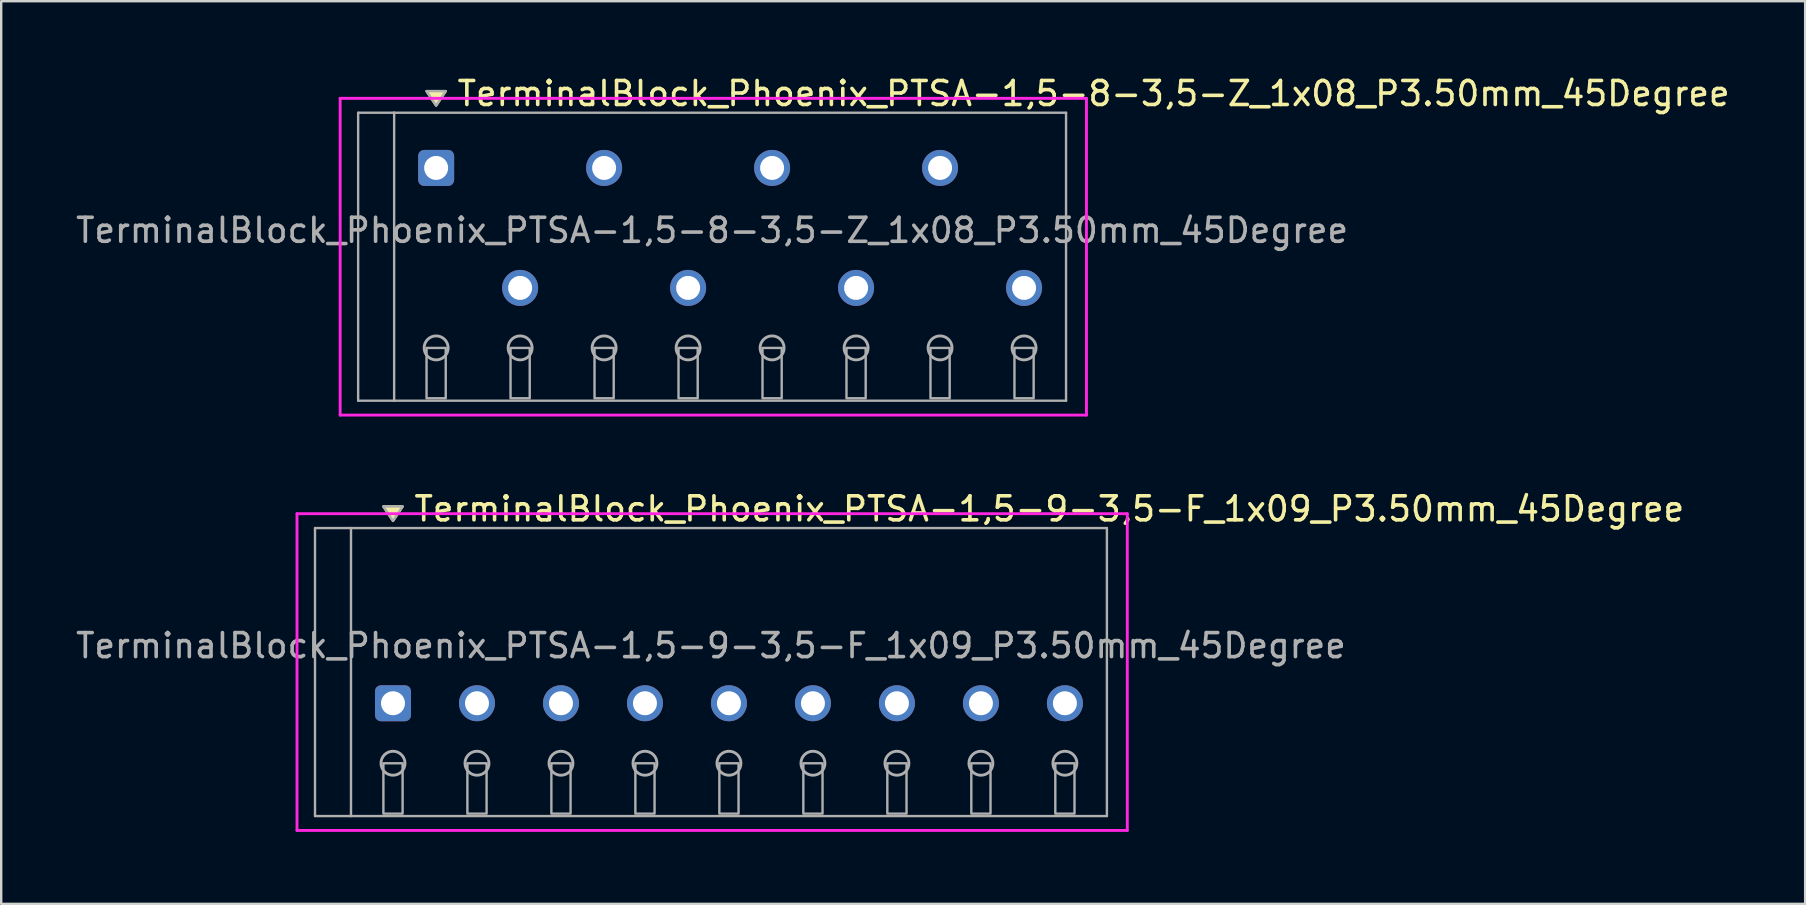
<source format=kicad_pcb>
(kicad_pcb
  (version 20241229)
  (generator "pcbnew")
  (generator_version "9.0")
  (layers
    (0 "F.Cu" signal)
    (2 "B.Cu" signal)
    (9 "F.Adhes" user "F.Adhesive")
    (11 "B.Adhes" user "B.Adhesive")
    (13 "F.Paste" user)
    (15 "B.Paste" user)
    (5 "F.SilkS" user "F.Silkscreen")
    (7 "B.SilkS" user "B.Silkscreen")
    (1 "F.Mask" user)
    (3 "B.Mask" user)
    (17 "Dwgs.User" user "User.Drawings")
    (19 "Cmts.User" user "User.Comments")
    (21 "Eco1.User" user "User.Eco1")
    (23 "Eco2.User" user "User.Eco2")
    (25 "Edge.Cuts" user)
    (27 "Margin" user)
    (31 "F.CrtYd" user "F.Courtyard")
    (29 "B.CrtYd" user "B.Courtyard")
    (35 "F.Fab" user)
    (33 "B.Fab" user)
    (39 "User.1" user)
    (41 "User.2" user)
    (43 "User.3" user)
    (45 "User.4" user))
  (footprint "TerminalBlock_Phoenix_PTSA-1,5-8-3,5-Z_1x08_P3.50mm_45Degree"
    (layer "F.Cu")
    (at 15.125 8.948)
    (property "Reference" "TerminalBlock_Phoenix_PTSA-1,5-8-3,5-Z_1x08_P3.50mm_45Degree" (at 0.8 -8.1 0) (layer "F.SilkS") (effects (font (size 1 1) (thickness 0.15)) (justify left)))
    (attr through_hole)
    (fp_poly (pts (xy 0 -7.6) (xy -0.4 -8.2) (xy 0.4 -8.2)) (stroke (width 0.1) (type solid)) (fill yes) (layer "F.SilkS"))
    (fp_line (start -4 -7.9) (end 27.1 -7.9) (stroke (width 0.12) (type solid)) (layer "F.CrtYd"))
    (fp_line (start -4 5.3) (end -4 -7.9) (stroke (width 0.12) (type solid)) (layer "F.CrtYd"))
    (fp_line (start 27.1 -7.9) (end 27.1 5.3) (stroke (width 0.12) (type solid)) (layer "F.CrtYd"))
    (fp_line (start 27.1 5.3) (end -4 5.3) (stroke (width 0.12) (type solid)) (layer "F.CrtYd"))
    (fp_line (start -3.25 -7.3) (end -1.75 -7.3) (stroke (width 0.1) (type solid)) (layer "F.Fab"))
    (fp_line (start -3.25 4.7) (end -3.25 -7.3) (stroke (width 0.1) (type solid)) (layer "F.Fab"))
    (fp_line (start -1.75 -7.3) (end -1.75 4.7) (stroke (width 0.1) (type solid)) (layer "F.Fab"))
    (fp_line (start -1.75 4.7) (end -3.25 4.7) (stroke (width 0.1) (type solid)) (layer "F.Fab"))
    (fp_line (start -1.75 4.7) (end 26.25 4.7) (stroke (width 0.1) (type solid)) (layer "F.Fab"))
    (fp_line (start 26.25 -7.3) (end -1.75 -7.3) (stroke (width 0.1) (type solid)) (layer "F.Fab"))
    (fp_line (start 26.25 4.7) (end 26.25 -7.3) (stroke (width 0.1) (type solid)) (layer "F.Fab"))
    (fp_circle (center 0 2.5) (end -0.5 2.5) (stroke (width 0.12) (type solid)) (fill no) (layer "F.Fab"))
    (fp_circle (center 3.5 2.5) (end 3 2.5) (stroke (width 0.12) (type solid)) (fill no) (layer "F.Fab"))
    (fp_circle (center 7 2.5) (end 6.5 2.5) (stroke (width 0.12) (type solid)) (fill no) (layer "F.Fab"))
    (fp_circle (center 10.5 2.5) (end 10 2.5) (stroke (width 0.12) (type solid)) (fill no) (layer "F.Fab"))
    (fp_circle (center 14 2.5) (end 13.5 2.5) (stroke (width 0.12) (type solid)) (fill no) (layer "F.Fab"))
    (fp_circle (center 17.5 2.5) (end 17 2.5) (stroke (width 0.12) (type solid)) (fill no) (layer "F.Fab"))
    (fp_circle (center 21 2.5) (end 20.5 2.5) (stroke (width 0.12) (type solid)) (fill no) (layer "F.Fab"))
    (fp_circle (center 24.5 2.5) (end 24 2.5) (stroke (width 0.12) (type solid)) (fill no) (layer "F.Fab"))
    (fp_poly (pts (xy 0 -7.6) (xy -0.4 -8.2) (xy 0.4 -8.2)) (stroke (width 0.1) (type solid)) (fill no) (layer "F.Fab"))
    (fp_poly (pts (xy -0.4 2.5) (xy -0.4 4.6) (xy 0.4 4.6) (xy 0.4 2.5)) (stroke (width 0.1) (type solid)) (fill no) (layer "F.Fab"))
    (fp_poly (pts (xy 3.1 2.5) (xy 3.1 4.6) (xy 3.9 4.6) (xy 3.9 2.5)) (stroke (width 0.1) (type solid)) (fill no) (layer "F.Fab"))
    (fp_poly (pts (xy 6.6 2.5) (xy 6.6 4.6) (xy 7.4 4.6) (xy 7.4 2.5)) (stroke (width 0.1) (type solid)) (fill no) (layer "F.Fab"))
    (fp_poly (pts (xy 10.1 2.5) (xy 10.1 4.6) (xy 10.9 4.6) (xy 10.9 2.5)) (stroke (width 0.1) (type solid)) (fill no) (layer "F.Fab"))
    (fp_poly (pts (xy 13.6 2.5) (xy 13.6 4.6) (xy 14.4 4.6) (xy 14.4 2.5)) (stroke (width 0.1) (type solid)) (fill no) (layer "F.Fab"))
    (fp_poly (pts (xy 17.1 2.5) (xy 17.1 4.6) (xy 17.9 4.6) (xy 17.9 2.5)) (stroke (width 0.1) (type solid)) (fill no) (layer "F.Fab"))
    (fp_poly (pts (xy 20.6 2.5) (xy 20.6 4.6) (xy 21.4 4.6) (xy 21.4 2.5)) (stroke (width 0.1) (type solid)) (fill no) (layer "F.Fab"))
    (fp_poly (pts (xy 24.1 2.5) (xy 24.1 4.6) (xy 24.9 4.6) (xy 24.9 2.5)) (stroke (width 0.1) (type solid)) (fill no) (layer "F.Fab"))
    (fp_text user "${REFERENCE}" (at 11.5 -2.4 0) (layer "F.Fab") (effects (font (size 1 1) (thickness 0.15))))
    (pad "1" thru_hole roundrect (at 0 -5) (size 1.5 1.5) (drill 1) (layers "*.Cu" "*.Mask") (roundrect_rratio 0.167))
    (pad "2" thru_hole oval (at 3.5 0) (size 1.5 1.5) (drill 1) (layers "*.Cu" "*.Mask"))
    (pad "3" thru_hole oval (at 7 -5) (size 1.5 1.5) (drill 1) (layers "*.Cu" "*.Mask"))
    (pad "4" thru_hole oval (at 10.5 0) (size 1.5 1.5) (drill 1) (layers "*.Cu" "*.Mask"))
    (pad "5" thru_hole oval (at 14 -5) (size 1.5 1.5) (drill 1) (layers "*.Cu" "*.Mask"))
    (pad "6" thru_hole oval (at 17.5 0) (size 1.5 1.5) (drill 1) (layers "*.Cu" "*.Mask"))
    (pad "7" thru_hole oval (at 21 -5) (size 1.5 1.5) (drill 1) (layers "*.Cu" "*.Mask"))
    (pad "8" thru_hole oval (at 24.5 0) (size 1.5 1.5) (drill 1) (layers "*.Cu" "*.Mask")))
  (footprint "TerminalBlock_Phoenix_PTSA-1,5-9-3,5-F_1x09_P3.50mm_45Degree"
    (layer "F.Cu")
    (at 13.327 26.256)
    (property "Reference" "TerminalBlock_Phoenix_PTSA-1,5-9-3,5-F_1x09_P3.50mm_45Degree" (at 0.8 -8.1 0) (layer "F.SilkS") (effects (font (size 1 1) (thickness 0.15)) (justify left)))
    (attr through_hole)
    (fp_poly (pts (xy 0 -7.6) (xy -0.4 -8.2) (xy 0.4 -8.2)) (stroke (width 0.1) (type solid)) (fill yes) (layer "F.SilkS"))
    (fp_line (start -4 -7.9) (end 30.6 -7.9) (stroke (width 0.12) (type solid)) (layer "F.CrtYd"))
    (fp_line (start -4 5.3) (end -4 -7.9) (stroke (width 0.12) (type solid)) (layer "F.CrtYd"))
    (fp_line (start 30.6 -7.9) (end 30.6 5.3) (stroke (width 0.12) (type solid)) (layer "F.CrtYd"))
    (fp_line (start 30.6 5.3) (end -4 5.3) (stroke (width 0.12) (type solid)) (layer "F.CrtYd"))
    (fp_line (start -3.25 -7.3) (end -1.75 -7.3) (stroke (width 0.1) (type solid)) (layer "F.Fab"))
    (fp_line (start -3.25 4.7) (end -3.25 -7.3) (stroke (width 0.1) (type solid)) (layer "F.Fab"))
    (fp_line (start -1.75 -7.3) (end -1.75 4.7) (stroke (width 0.1) (type solid)) (layer "F.Fab"))
    (fp_line (start -1.75 4.7) (end -3.25 4.7) (stroke (width 0.1) (type solid)) (layer "F.Fab"))
    (fp_line (start -1.75 4.7) (end 29.75 4.7) (stroke (width 0.1) (type solid)) (layer "F.Fab"))
    (fp_line (start 29.75 -7.3) (end -1.75 -7.3) (stroke (width 0.1) (type solid)) (layer "F.Fab"))
    (fp_line (start 29.75 4.7) (end 29.75 -7.3) (stroke (width 0.1) (type solid)) (layer "F.Fab"))
    (fp_circle (center 0 2.5) (end -0.5 2.5) (stroke (width 0.12) (type solid)) (fill no) (layer "F.Fab"))
    (fp_circle (center 3.5 2.5) (end 3 2.5) (stroke (width 0.12) (type solid)) (fill no) (layer "F.Fab"))
    (fp_circle (center 7 2.5) (end 6.5 2.5) (stroke (width 0.12) (type solid)) (fill no) (layer "F.Fab"))
    (fp_circle (center 10.5 2.5) (end 10 2.5) (stroke (width 0.12) (type solid)) (fill no) (layer "F.Fab"))
    (fp_circle (center 14 2.5) (end 13.5 2.5) (stroke (width 0.12) (type solid)) (fill no) (layer "F.Fab"))
    (fp_circle (center 17.5 2.5) (end 17 2.5) (stroke (width 0.12) (type solid)) (fill no) (layer "F.Fab"))
    (fp_circle (center 21 2.5) (end 20.5 2.5) (stroke (width 0.12) (type solid)) (fill no) (layer "F.Fab"))
    (fp_circle (center 24.5 2.5) (end 24 2.5) (stroke (width 0.12) (type solid)) (fill no) (layer "F.Fab"))
    (fp_circle (center 28 2.5) (end 27.5 2.5) (stroke (width 0.12) (type solid)) (fill no) (layer "F.Fab"))
    (fp_poly (pts (xy 0 -7.6) (xy -0.4 -8.2) (xy 0.4 -8.2)) (stroke (width 0.1) (type solid)) (fill no) (layer "F.Fab"))
    (fp_poly (pts (xy -0.4 2.5) (xy -0.4 4.6) (xy 0.4 4.6) (xy 0.4 2.5)) (stroke (width 0.1) (type solid)) (fill no) (layer "F.Fab"))
    (fp_poly (pts (xy 3.1 2.5) (xy 3.1 4.6) (xy 3.9 4.6) (xy 3.9 2.5)) (stroke (width 0.1) (type solid)) (fill no) (layer "F.Fab"))
    (fp_poly (pts (xy 6.6 2.5) (xy 6.6 4.6) (xy 7.4 4.6) (xy 7.4 2.5)) (stroke (width 0.1) (type solid)) (fill no) (layer "F.Fab"))
    (fp_poly (pts (xy 10.1 2.5) (xy 10.1 4.6) (xy 10.9 4.6) (xy 10.9 2.5)) (stroke (width 0.1) (type solid)) (fill no) (layer "F.Fab"))
    (fp_poly (pts (xy 13.6 2.5) (xy 13.6 4.6) (xy 14.4 4.6) (xy 14.4 2.5)) (stroke (width 0.1) (type solid)) (fill no) (layer "F.Fab"))
    (fp_poly (pts (xy 17.1 2.5) (xy 17.1 4.6) (xy 17.9 4.6) (xy 17.9 2.5)) (stroke (width 0.1) (type solid)) (fill no) (layer "F.Fab"))
    (fp_poly (pts (xy 20.6 2.5) (xy 20.6 4.6) (xy 21.4 4.6) (xy 21.4 2.5)) (stroke (width 0.1) (type solid)) (fill no) (layer "F.Fab"))
    (fp_poly (pts (xy 24.1 2.5) (xy 24.1 4.6) (xy 24.9 4.6) (xy 24.9 2.5)) (stroke (width 0.1) (type solid)) (fill no) (layer "F.Fab"))
    (fp_poly (pts (xy 27.6 2.5) (xy 27.6 4.6) (xy 28.4 4.6) (xy 28.4 2.5)) (stroke (width 0.1) (type solid)) (fill no) (layer "F.Fab"))
    (fp_text user "${REFERENCE}" (at 13.25 -2.4 0) (layer "F.Fab") (effects (font (size 1 1) (thickness 0.15))))
    (pad "1" thru_hole roundrect (at 0 0) (size 1.5 1.5) (drill 1) (layers "*.Cu" "*.Mask") (roundrect_rratio 0.167))
    (pad "2" thru_hole oval (at 3.5 0) (size 1.5 1.5) (drill 1) (layers "*.Cu" "*.Mask"))
    (pad "3" thru_hole oval (at 7 0) (size 1.5 1.5) (drill 1) (layers "*.Cu" "*.Mask"))
    (pad "4" thru_hole oval (at 10.5 0) (size 1.5 1.5) (drill 1) (layers "*.Cu" "*.Mask"))
    (pad "5" thru_hole oval (at 14 0) (size 1.5 1.5) (drill 1) (layers "*.Cu" "*.Mask"))
    (pad "6" thru_hole oval (at 17.5 0) (size 1.5 1.5) (drill 1) (layers "*.Cu" "*.Mask"))
    (pad "7" thru_hole oval (at 21 0) (size 1.5 1.5) (drill 1) (layers "*.Cu" "*.Mask"))
    (pad "8" thru_hole oval (at 24.5 0) (size 1.5 1.5) (drill 1) (layers "*.Cu" "*.Mask"))
    (pad "9" thru_hole oval (at 28 0) (size 1.5 1.5) (drill 1) (layers "*.Cu" "*.Mask")))
  (gr_rect
    (start -3 -3)
    (end 72.175 34.617)
    (stroke (width 0.1) (type default))
    (fill no)
    (layer "Edge.Cuts")))
</source>
